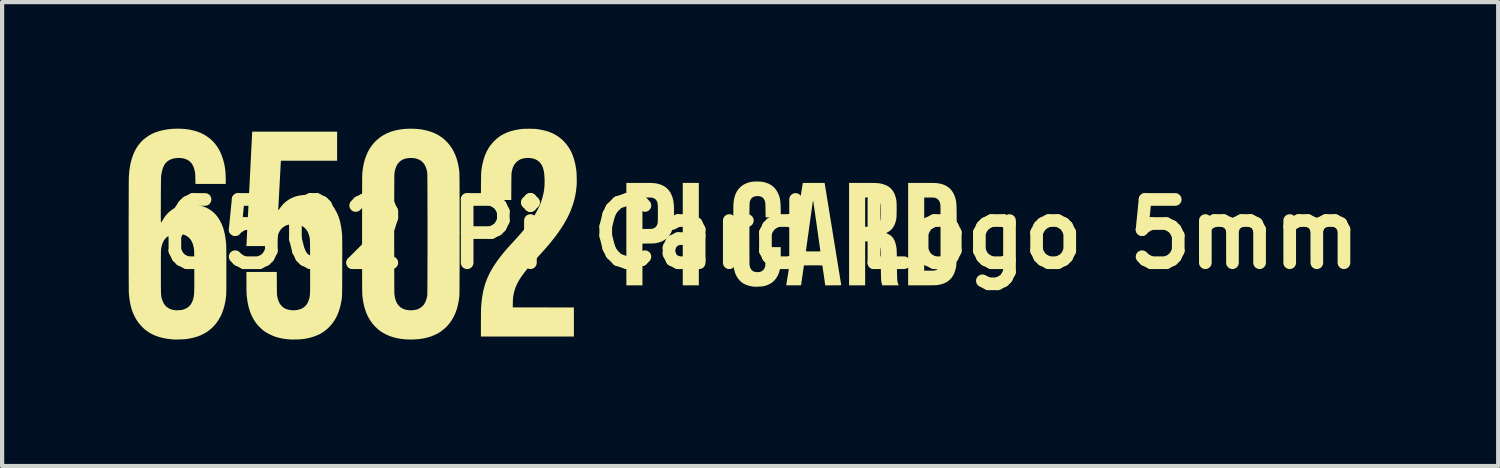
<source format=kicad_pcb>
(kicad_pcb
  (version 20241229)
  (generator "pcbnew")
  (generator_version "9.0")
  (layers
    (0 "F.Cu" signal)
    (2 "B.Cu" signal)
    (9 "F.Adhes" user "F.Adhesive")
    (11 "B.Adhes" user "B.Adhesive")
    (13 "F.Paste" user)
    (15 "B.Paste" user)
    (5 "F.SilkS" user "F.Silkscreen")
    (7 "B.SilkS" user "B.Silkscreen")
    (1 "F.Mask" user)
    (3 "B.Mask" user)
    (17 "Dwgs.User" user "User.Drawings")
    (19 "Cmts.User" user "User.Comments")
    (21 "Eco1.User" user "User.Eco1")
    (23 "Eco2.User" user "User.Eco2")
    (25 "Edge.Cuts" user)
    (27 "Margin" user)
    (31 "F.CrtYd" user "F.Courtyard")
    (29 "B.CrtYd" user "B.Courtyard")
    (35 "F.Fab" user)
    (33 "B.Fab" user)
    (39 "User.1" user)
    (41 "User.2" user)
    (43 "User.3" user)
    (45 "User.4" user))
  (footprint "6502 Pi Card Logo 5mm"
    (layer "F.Cu")
    (at 14.989 2.5)
    (property "Reference" "6502 Pi Card Logo 5mm" (at 0 0 0) (layer "F.SilkS") (effects (font (size 1.5 1.5) (thickness 0.3))))
    (attr board_only exclude_from_pos_files exclude_from_bom)
    (fp_poly (pts (xy -1.472 0) (xy -1.472 1.214) (xy -1.663 1.214) (xy -1.853 1.214) (xy -1.853 0) (xy -1.853 -1.214) (xy -1.663 -1.214) (xy -1.472 -1.214)) (stroke (width 0) (type solid)) (fill yes) (layer "F.SilkS"))
    (fp_poly (pts (xy -2.82 -1.214) (xy -2.766 -1.214) (xy -2.719 -1.214) (xy -2.678 -1.214) (xy -2.644 -1.213) (xy -2.614 -1.213) (xy -2.59 -1.212) (xy -2.569 -1.211) (xy -2.552 -1.21) (xy -2.538 -1.209) (xy -2.525 -1.208) (xy -2.523 -1.208) (xy -2.453 -1.196) (xy -2.388 -1.178) (xy -2.33 -1.154) (xy -2.278 -1.124) (xy -2.232 -1.089) (xy -2.191 -1.047) (xy -2.176 -1.029) (xy -2.144 -0.98) (xy -2.118 -0.927) (xy -2.096 -0.87) (xy -2.08 -0.807) (xy -2.069 -0.738) (xy -2.065 -0.69) (xy -2.063 -0.665) (xy -2.062 -0.634) (xy -2.061 -0.597) (xy -2.061 -0.556) (xy -2.06 -0.513) (xy -2.06 -0.47) (xy -2.061 -0.427) (xy -2.061 -0.387) (xy -2.062 -0.35) (xy -2.063 -0.319) (xy -2.065 -0.298) (xy -2.073 -0.221) (xy -2.088 -0.151) (xy -2.108 -0.086) (xy -2.133 -0.028) (xy -2.165 0.024) (xy -2.202 0.07) (xy -2.245 0.11) (xy -2.294 0.144) (xy -2.349 0.173) (xy -2.41 0.195) (xy -2.478 0.212) (xy -2.488 0.214) (xy -2.501 0.216) (xy -2.517 0.218) (xy -2.536 0.219) (xy -2.559 0.221) (xy -2.587 0.222) (xy -2.621 0.222) (xy -2.662 0.223) (xy -2.668 0.223) (xy -2.809 0.225) (xy -2.809 0.72) (xy -2.809 1.214) (xy -2.999 1.214) (xy -3.19 1.214) (xy -3.19 0) (xy -3.19 -0.867) (xy -2.809 -0.867) (xy -2.809 -0.495) (xy -2.809 -0.123) (xy -2.7 -0.123) (xy -2.661 -0.123) (xy -2.629 -0.124) (xy -2.604 -0.124) (xy -2.586 -0.126) (xy -2.573 -0.128) (xy -2.57 -0.128) (xy -2.536 -0.141) (xy -2.506 -0.159) (xy -2.483 -0.182) (xy -2.466 -0.209) (xy -2.466 -0.209) (xy -2.461 -0.221) (xy -2.457 -0.232) (xy -2.453 -0.243) (xy -2.45 -0.255) (xy -2.448 -0.269) (xy -2.447 -0.286) (xy -2.445 -0.306) (xy -2.444 -0.331) (xy -2.444 -0.36) (xy -2.443 -0.396) (xy -2.443 -0.438) (xy -2.443 -0.488) (xy -2.443 -0.489) (xy -2.443 -0.54) (xy -2.443 -0.583) (xy -2.444 -0.619) (xy -2.444 -0.65) (xy -2.445 -0.675) (xy -2.446 -0.696) (xy -2.448 -0.714) (xy -2.45 -0.728) (xy -2.453 -0.741) (xy -2.456 -0.753) (xy -2.46 -0.765) (xy -2.462 -0.772) (xy -2.478 -0.801) (xy -2.5 -0.825) (xy -2.528 -0.845) (xy -2.562 -0.859) (xy -2.57 -0.861) (xy -2.581 -0.864) (xy -2.597 -0.865) (xy -2.62 -0.866) (xy -2.65 -0.867) (xy -2.687 -0.867) (xy -2.7 -0.867) (xy -2.809 -0.867) (xy -3.19 -0.867) (xy -3.19 -1.214) (xy -2.882 -1.214)) (stroke (width 0) (type solid)) (fill yes) (layer "F.SilkS"))
    (fp_poly (pts (xy 3.872 -1.214) (xy 3.927 -1.214) (xy 3.975 -1.214) (xy 4.016 -1.214) (xy 4.052 -1.213) (xy 4.082 -1.213) (xy 4.107 -1.212) (xy 4.128 -1.211) (xy 4.146 -1.211) (xy 4.16 -1.21) (xy 4.173 -1.208) (xy 4.178 -1.208) (xy 4.249 -1.196) (xy 4.313 -1.178) (xy 4.372 -1.154) (xy 4.424 -1.123) (xy 4.471 -1.087) (xy 4.512 -1.045) (xy 4.547 -0.996) (xy 4.577 -0.941) (xy 4.601 -0.88) (xy 4.62 -0.812) (xy 4.626 -0.783) (xy 4.628 -0.771) (xy 4.629 -0.759) (xy 4.631 -0.746) (xy 4.632 -0.731) (xy 4.634 -0.714) (xy 4.635 -0.695) (xy 4.636 -0.673) (xy 4.637 -0.648) (xy 4.638 -0.619) (xy 4.638 -0.587) (xy 4.639 -0.549) (xy 4.639 -0.507) (xy 4.64 -0.46) (xy 4.64 -0.406) (xy 4.64 -0.347) (xy 4.641 -0.281) (xy 4.641 -0.208) (xy 4.641 -0.128) (xy 4.641 -0.039) (xy 4.641 0) (xy 4.641 0.092) (xy 4.641 0.175) (xy 4.641 0.252) (xy 4.64 0.32) (xy 4.64 0.383) (xy 4.64 0.438) (xy 4.64 0.488) (xy 4.639 0.532) (xy 4.639 0.572) (xy 4.638 0.606) (xy 4.637 0.637) (xy 4.636 0.663) (xy 4.635 0.686) (xy 4.634 0.707) (xy 4.633 0.724) (xy 4.632 0.74) (xy 4.63 0.754) (xy 4.628 0.766) (xy 4.626 0.778) (xy 4.626 0.783) (xy 4.609 0.853) (xy 4.587 0.917) (xy 4.56 0.974) (xy 4.527 1.026) (xy 4.488 1.071) (xy 4.444 1.109) (xy 4.394 1.142) (xy 4.338 1.169) (xy 4.276 1.189) (xy 4.208 1.204) (xy 4.178 1.208) (xy 4.167 1.209) (xy 4.153 1.21) (xy 4.137 1.211) (xy 4.118 1.212) (xy 4.095 1.213) (xy 4.067 1.213) (xy 4.034 1.213) (xy 3.996 1.214) (xy 3.952 1.214) (xy 3.9 1.214) (xy 3.841 1.214) (xy 3.809 1.214) (xy 3.49 1.214) (xy 3.49 0) (xy 3.49 -0.867) (xy 3.871 -0.867) (xy 3.871 0) (xy 3.871 0.867) (xy 3.986 0.867) (xy 4.023 0.867) (xy 4.053 0.867) (xy 4.076 0.866) (xy 4.095 0.865) (xy 4.109 0.864) (xy 4.121 0.862) (xy 4.126 0.861) (xy 4.161 0.848) (xy 4.191 0.828) (xy 4.215 0.802) (xy 4.235 0.77) (xy 4.248 0.731) (xy 4.251 0.721) (xy 4.252 0.716) (xy 4.252 0.711) (xy 4.253 0.704) (xy 4.254 0.696) (xy 4.255 0.686) (xy 4.255 0.674) (xy 4.256 0.659) (xy 4.256 0.641) (xy 4.257 0.62) (xy 4.257 0.594) (xy 4.257 0.565) (xy 4.257 0.53) (xy 4.258 0.491) (xy 4.258 0.446) (xy 4.258 0.395) (xy 4.258 0.338) (xy 4.258 0.275) (xy 4.258 0.204) (xy 4.258 0.126) (xy 4.258 0.039) (xy 4.258 0) (xy 4.258 -0.09) (xy 4.258 -0.171) (xy 4.258 -0.245) (xy 4.258 -0.312) (xy 4.258 -0.372) (xy 4.258 -0.425) (xy 4.258 -0.473) (xy 4.257 -0.514) (xy 4.257 -0.551) (xy 4.257 -0.582) (xy 4.257 -0.609) (xy 4.256 -0.632) (xy 4.256 -0.652) (xy 4.255 -0.668) (xy 4.255 -0.681) (xy 4.254 -0.692) (xy 4.254 -0.701) (xy 4.253 -0.708) (xy 4.252 -0.714) (xy 4.251 -0.719) (xy 4.251 -0.721) (xy 4.238 -0.761) (xy 4.22 -0.795) (xy 4.197 -0.823) (xy 4.169 -0.844) (xy 4.135 -0.858) (xy 4.126 -0.861) (xy 4.116 -0.863) (xy 4.104 -0.864) (xy 4.088 -0.866) (xy 4.067 -0.866) (xy 4.041 -0.867) (xy 4.008 -0.867) (xy 3.986 -0.867) (xy 3.871 -0.867) (xy 3.49 -0.867) (xy 3.49 -1.214) (xy 3.809 -1.214)) (stroke (width 0) (type solid)) (fill yes) (layer "F.SilkS"))
    (fp_poly (pts (xy 2.471 -1.214) (xy 2.532 -1.214) (xy 2.585 -1.214) (xy 2.632 -1.213) (xy 2.673 -1.212) (xy 2.709 -1.211) (xy 2.74 -1.21) (xy 2.768 -1.208) (xy 2.792 -1.206) (xy 2.814 -1.203) (xy 2.834 -1.199) (xy 2.853 -1.196) (xy 2.871 -1.191) (xy 2.889 -1.186) (xy 2.908 -1.18) (xy 2.913 -1.178) (xy 2.96 -1.161) (xy 3.001 -1.141) (xy 3.037 -1.118) (xy 3.071 -1.09) (xy 3.079 -1.082) (xy 3.112 -1.046) (xy 3.139 -1.007) (xy 3.163 -0.963) (xy 3.182 -0.914) (xy 3.198 -0.859) (xy 3.21 -0.806) (xy 3.212 -0.788) (xy 3.214 -0.764) (xy 3.215 -0.733) (xy 3.217 -0.698) (xy 3.217 -0.659) (xy 3.218 -0.618) (xy 3.218 -0.576) (xy 3.218 -0.534) (xy 3.217 -0.494) (xy 3.216 -0.456) (xy 3.215 -0.423) (xy 3.213 -0.395) (xy 3.211 -0.373) (xy 3.21 -0.364) (xy 3.197 -0.305) (xy 3.181 -0.253) (xy 3.16 -0.205) (xy 3.132 -0.157) (xy 3.1 -0.116) (xy 3.062 -0.082) (xy 3.019 -0.053) (xy 3.005 -0.045) (xy 2.99 -0.037) (xy 2.978 -0.03) (xy 2.972 -0.025) (xy 2.971 -0.024) (xy 2.975 -0.021) (xy 2.985 -0.016) (xy 2.999 -0.01) (xy 3.003 -0.008) (xy 3.045 0.012) (xy 3.081 0.037) (xy 3.113 0.068) (xy 3.141 0.104) (xy 3.164 0.147) (xy 3.184 0.196) (xy 3.199 0.252) (xy 3.211 0.315) (xy 3.214 0.331) (xy 3.215 0.342) (xy 3.216 0.355) (xy 3.217 0.371) (xy 3.218 0.39) (xy 3.219 0.414) (xy 3.22 0.442) (xy 3.221 0.475) (xy 3.221 0.514) (xy 3.222 0.559) (xy 3.222 0.611) (xy 3.223 0.671) (xy 3.224 0.723) (xy 3.224 0.796) (xy 3.225 0.861) (xy 3.226 0.919) (xy 3.227 0.969) (xy 3.228 1.011) (xy 3.229 1.045) (xy 3.23 1.071) (xy 3.231 1.089) (xy 3.232 1.098) (xy 3.238 1.132) (xy 3.247 1.165) (xy 3.257 1.193) (xy 3.258 1.196) (xy 3.266 1.214) (xy 3.072 1.214) (xy 2.878 1.214) (xy 2.869 1.186) (xy 2.865 1.173) (xy 2.862 1.16) (xy 2.859 1.149) (xy 2.856 1.137) (xy 2.854 1.124) (xy 2.852 1.109) (xy 2.85 1.093) (xy 2.849 1.073) (xy 2.848 1.051) (xy 2.847 1.024) (xy 2.846 0.993) (xy 2.845 0.957) (xy 2.845 0.914) (xy 2.844 0.866) (xy 2.844 0.81) (xy 2.843 0.746) (xy 2.843 0.728) (xy 2.842 0.664) (xy 2.842 0.607) (xy 2.841 0.559) (xy 2.841 0.517) (xy 2.84 0.481) (xy 2.84 0.45) (xy 2.839 0.425) (xy 2.838 0.404) (xy 2.838 0.387) (xy 2.837 0.374) (xy 2.836 0.363) (xy 2.835 0.354) (xy 2.834 0.347) (xy 2.833 0.344) (xy 2.824 0.31) (xy 2.814 0.282) (xy 2.802 0.259) (xy 2.788 0.24) (xy 2.773 0.225) (xy 2.756 0.21) (xy 2.737 0.199) (xy 2.715 0.19) (xy 2.69 0.183) (xy 2.66 0.178) (xy 2.625 0.175) (xy 2.583 0.174) (xy 2.556 0.174) (xy 2.471 0.173) (xy 2.471 0.694) (xy 2.471 1.214) (xy 2.28 1.214) (xy 2.09 1.214) (xy 2.09 0) (xy 2.09 -0.868) (xy 2.471 -0.868) (xy 2.471 -0.521) (xy 2.471 -0.173) (xy 2.554 -0.174) (xy 2.582 -0.174) (xy 2.609 -0.174) (xy 2.634 -0.175) (xy 2.653 -0.176) (xy 2.666 -0.178) (xy 2.707 -0.187) (xy 2.743 -0.203) (xy 2.773 -0.226) (xy 2.798 -0.254) (xy 2.816 -0.289) (xy 2.829 -0.33) (xy 2.832 -0.344) (xy 2.834 -0.362) (xy 2.836 -0.386) (xy 2.837 -0.416) (xy 2.838 -0.45) (xy 2.839 -0.487) (xy 2.839 -0.526) (xy 2.839 -0.565) (xy 2.838 -0.602) (xy 2.837 -0.636) (xy 2.836 -0.666) (xy 2.834 -0.691) (xy 2.832 -0.709) (xy 2.822 -0.75) (xy 2.806 -0.786) (xy 2.785 -0.816) (xy 2.759 -0.839) (xy 2.73 -0.855) (xy 2.722 -0.858) (xy 2.714 -0.86) (xy 2.706 -0.862) (xy 2.695 -0.863) (xy 2.681 -0.864) (xy 2.662 -0.865) (xy 2.638 -0.866) (xy 2.607 -0.866) (xy 2.588 -0.866) (xy 2.471 -0.868) (xy 2.09 -0.868) (xy 2.09 -1.214) (xy 2.403 -1.214)) (stroke (width 0) (type solid)) (fill yes) (layer "F.SilkS"))
    (fp_poly (pts (xy -0.066 -1.246) (xy -0.03 -1.245) (xy 0.003 -1.243) (xy 0.031 -1.24) (xy 0.044 -1.238) (xy 0.111 -1.222) (xy 0.172 -1.2) (xy 0.227 -1.172) (xy 0.275 -1.138) (xy 0.319 -1.099) (xy 0.356 -1.053) (xy 0.389 -1.001) (xy 0.395 -0.99) (xy 0.41 -0.959) (xy 0.424 -0.927) (xy 0.435 -0.895) (xy 0.445 -0.862) (xy 0.452 -0.826) (xy 0.458 -0.787) (xy 0.463 -0.743) (xy 0.466 -0.695) (xy 0.468 -0.64) (xy 0.469 -0.579) (xy 0.47 -0.53) (xy 0.47 -0.398) (xy 0.29 -0.398) (xy 0.111 -0.398) (xy 0.109 -0.566) (xy 0.108 -0.612) (xy 0.107 -0.651) (xy 0.106 -0.684) (xy 0.105 -0.71) (xy 0.104 -0.732) (xy 0.102 -0.75) (xy 0.099 -0.765) (xy 0.096 -0.778) (xy 0.091 -0.79) (xy 0.086 -0.802) (xy 0.081 -0.814) (xy 0.062 -0.844) (xy 0.037 -0.868) (xy 0.006 -0.886) (xy -0.029 -0.897) (xy -0.07 -0.902) (xy -0.112 -0.9) (xy -0.151 -0.893) (xy -0.184 -0.88) (xy -0.212 -0.86) (xy -0.235 -0.833) (xy -0.247 -0.811) (xy -0.25 -0.804) (xy -0.253 -0.798) (xy -0.256 -0.793) (xy -0.258 -0.787) (xy -0.26 -0.781) (xy -0.262 -0.773) (xy -0.264 -0.765) (xy -0.266 -0.755) (xy -0.267 -0.742) (xy -0.268 -0.728) (xy -0.269 -0.71) (xy -0.27 -0.689) (xy -0.271 -0.665) (xy -0.271 -0.637) (xy -0.272 -0.604) (xy -0.272 -0.566) (xy -0.272 -0.524) (xy -0.273 -0.475) (xy -0.273 -0.421) (xy -0.273 -0.361) (xy -0.273 -0.293) (xy -0.273 -0.219) (xy -0.273 -0.137) (xy -0.273 -0.048) (xy -0.273 0.002) (xy -0.273 0.095) (xy -0.273 0.179) (xy -0.273 0.256) (xy -0.273 0.326) (xy -0.273 0.388) (xy -0.273 0.444) (xy -0.272 0.494) (xy -0.272 0.538) (xy -0.272 0.577) (xy -0.272 0.611) (xy -0.272 0.64) (xy -0.271 0.665) (xy -0.271 0.686) (xy -0.271 0.704) (xy -0.27 0.718) (xy -0.269 0.73) (xy -0.269 0.739) (xy -0.268 0.747) (xy -0.267 0.753) (xy -0.267 0.758) (xy -0.266 0.762) (xy -0.265 0.763) (xy -0.252 0.803) (xy -0.233 0.836) (xy -0.21 0.862) (xy -0.181 0.882) (xy -0.147 0.894) (xy -0.112 0.9) (xy -0.066 0.902) (xy -0.026 0.896) (xy 0.01 0.884) (xy 0.04 0.866) (xy 0.065 0.84) (xy 0.084 0.808) (xy 0.099 0.77) (xy 0.1 0.765) (xy 0.102 0.758) (xy 0.103 0.749) (xy 0.104 0.738) (xy 0.105 0.723) (xy 0.106 0.705) (xy 0.107 0.682) (xy 0.107 0.654) (xy 0.108 0.62) (xy 0.108 0.579) (xy 0.109 0.53) (xy 0.109 0.524) (xy 0.111 0.309) (xy 0.29 0.309) (xy 0.47 0.309) (xy 0.47 0.485) (xy 0.469 0.526) (xy 0.469 0.566) (xy 0.469 0.605) (xy 0.468 0.641) (xy 0.467 0.673) (xy 0.466 0.699) (xy 0.466 0.718) (xy 0.465 0.721) (xy 0.458 0.788) (xy 0.447 0.849) (xy 0.431 0.906) (xy 0.41 0.96) (xy 0.395 0.99) (xy 0.363 1.044) (xy 0.326 1.091) (xy 0.283 1.132) (xy 0.235 1.167) (xy 0.181 1.196) (xy 0.121 1.219) (xy 0.055 1.236) (xy 0.047 1.238) (xy 0.032 1.24) (xy 0.011 1.242) (xy -0.015 1.243) (xy -0.045 1.245) (xy -0.075 1.246) (xy -0.105 1.247) (xy -0.132 1.247) (xy -0.156 1.247) (xy -0.173 1.246) (xy -0.18 1.245) (xy -0.25 1.233) (xy -0.313 1.216) (xy -0.37 1.194) (xy -0.421 1.167) (xy -0.467 1.135) (xy -0.507 1.097) (xy -0.543 1.052) (xy -0.575 1.002) (xy -0.587 0.979) (xy -0.612 0.922) (xy -0.63 0.859) (xy -0.644 0.791) (xy -0.651 0.719) (xy -0.652 0.707) (xy -0.652 0.686) (xy -0.653 0.658) (xy -0.653 0.624) (xy -0.654 0.583) (xy -0.654 0.537) (xy -0.655 0.486) (xy -0.655 0.43) (xy -0.655 0.371) (xy -0.655 0.308) (xy -0.655 0.243) (xy -0.656 0.176) (xy -0.656 0.107) (xy -0.656 0.037) (xy -0.656 -0.033) (xy -0.656 -0.102) (xy -0.656 -0.171) (xy -0.655 -0.239) (xy -0.655 -0.304) (xy -0.655 -0.367) (xy -0.655 -0.426) (xy -0.655 -0.482) (xy -0.654 -0.534) (xy -0.654 -0.58) (xy -0.653 -0.621) (xy -0.653 -0.656) (xy -0.653 -0.684) (xy -0.652 -0.705) (xy -0.651 -0.719) (xy -0.651 -0.719) (xy -0.643 -0.796) (xy -0.628 -0.867) (xy -0.608 -0.933) (xy -0.581 -0.992) (xy -0.549 -1.046) (xy -0.51 -1.093) (xy -0.466 -1.134) (xy -0.416 -1.169) (xy -0.361 -1.198) (xy -0.3 -1.221) (xy -0.233 -1.238) (xy -0.231 -1.238) (xy -0.206 -1.241) (xy -0.176 -1.244) (xy -0.141 -1.246) (xy -0.104 -1.246)) (stroke (width 0) (type solid)) (fill yes) (layer "F.SilkS"))
    (fp_poly (pts (xy -5.46 -2.497) (xy -5.422 -2.497) (xy -5.388 -2.496) (xy -5.359 -2.494) (xy -5.339 -2.493) (xy -5.238 -2.479) (xy -5.144 -2.459) (xy -5.055 -2.435) (xy -4.972 -2.404) (xy -4.895 -2.368) (xy -4.824 -2.325) (xy -4.757 -2.277) (xy -4.695 -2.223) (xy -4.675 -2.203) (xy -4.619 -2.14) (xy -4.569 -2.073) (xy -4.524 -2.001) (xy -4.485 -1.924) (xy -4.452 -1.841) (xy -4.424 -1.753) (xy -4.401 -1.658) (xy -4.383 -1.557) (xy -4.376 -1.51) (xy -4.374 -1.483) (xy -4.371 -1.45) (xy -4.369 -1.411) (xy -4.368 -1.368) (xy -4.367 -1.324) (xy -4.366 -1.28) (xy -4.366 -1.237) (xy -4.367 -1.198) (xy -4.368 -1.164) (xy -4.37 -1.136) (xy -4.383 -1.019) (xy -4.403 -0.904) (xy -4.43 -0.791) (xy -4.464 -0.679) (xy -4.506 -0.567) (xy -4.554 -0.456) (xy -4.611 -0.345) (xy -4.675 -0.233) (xy -4.747 -0.121) (xy -4.817 -0.02) (xy -4.859 0.037) (xy -4.902 0.093) (xy -4.946 0.149) (xy -4.991 0.205) (xy -5.039 0.263) (xy -5.091 0.322) (xy -5.146 0.385) (xy -5.206 0.452) (xy -5.271 0.523) (xy -5.288 0.542) (xy -5.33 0.587) (xy -5.367 0.627) (xy -5.399 0.662) (xy -5.427 0.694) (xy -5.453 0.722) (xy -5.476 0.749) (xy -5.497 0.774) (xy -5.518 0.798) (xy -5.538 0.823) (xy -5.559 0.849) (xy -5.577 0.871) (xy -5.631 0.942) (xy -5.679 1.009) (xy -5.721 1.073) (xy -5.757 1.135) (xy -5.788 1.196) (xy -5.814 1.257) (xy -5.835 1.318) (xy -5.853 1.38) (xy -5.857 1.397) (xy -5.866 1.439) (xy -5.873 1.482) (xy -5.878 1.526) (xy -5.88 1.574) (xy -5.882 1.628) (xy -5.882 1.641) (xy -5.883 1.737) (xy -5.158 1.738) (xy -4.434 1.739) (xy -4.434 2.084) (xy -4.434 2.428) (xy -5.536 2.428) (xy -6.638 2.428) (xy -6.638 2.106) (xy -6.638 2.037) (xy -6.637 1.977) (xy -6.637 1.924) (xy -6.637 1.877) (xy -6.636 1.836) (xy -6.636 1.801) (xy -6.635 1.77) (xy -6.634 1.743) (xy -6.633 1.72) (xy -6.631 1.7) (xy -6.631 1.699) (xy -6.62 1.58) (xy -6.605 1.467) (xy -6.585 1.36) (xy -6.56 1.257) (xy -6.529 1.158) (xy -6.493 1.061) (xy -6.451 0.966) (xy -6.402 0.872) (xy -6.346 0.777) (xy -6.284 0.682) (xy -6.214 0.584) (xy -6.2 0.567) (xy -6.174 0.532) (xy -6.148 0.499) (xy -6.122 0.467) (xy -6.095 0.434) (xy -6.067 0.401) (xy -6.036 0.365) (xy -6.003 0.327) (xy -5.966 0.286) (xy -5.924 0.24) (xy -5.878 0.19) (xy -5.826 0.133) (xy -5.779 0.082) (xy -5.737 0.034) (xy -5.698 -0.01) (xy -5.662 -0.052) (xy -5.628 -0.092) (xy -5.596 -0.132) (xy -5.565 -0.171) (xy -5.533 -0.212) (xy -5.511 -0.24) (xy -5.445 -0.331) (xy -5.386 -0.418) (xy -5.334 -0.503) (xy -5.289 -0.587) (xy -5.249 -0.669) (xy -5.216 -0.75) (xy -5.189 -0.832) (xy -5.181 -0.861) (xy -5.161 -0.937) (xy -5.146 -1.011) (xy -5.136 -1.084) (xy -5.13 -1.159) (xy -5.128 -1.237) (xy -5.129 -1.292) (xy -5.132 -1.366) (xy -5.138 -1.433) (xy -5.147 -1.493) (xy -5.16 -1.547) (xy -5.176 -1.594) (xy -5.196 -1.636) (xy -5.219 -1.672) (xy -5.247 -1.704) (xy -5.279 -1.732) (xy -5.3 -1.748) (xy -5.345 -1.772) (xy -5.395 -1.79) (xy -5.45 -1.801) (xy -5.509 -1.806) (xy -5.548 -1.805) (xy -5.594 -1.801) (xy -5.634 -1.794) (xy -5.671 -1.784) (xy -5.707 -1.77) (xy -5.719 -1.763) (xy -5.763 -1.737) (xy -5.801 -1.704) (xy -5.834 -1.665) (xy -5.862 -1.619) (xy -5.884 -1.567) (xy -5.895 -1.528) (xy -5.899 -1.514) (xy -5.902 -1.501) (xy -5.905 -1.488) (xy -5.908 -1.475) (xy -5.91 -1.461) (xy -5.911 -1.445) (xy -5.913 -1.427) (xy -5.914 -1.406) (xy -5.915 -1.381) (xy -5.915 -1.352) (xy -5.916 -1.318) (xy -5.916 -1.278) (xy -5.917 -1.232) (xy -5.917 -1.179) (xy -5.917 -1.118) (xy -5.919 -0.808) (xy -6.279 -0.808) (xy -6.638 -0.808) (xy -6.637 -1.126) (xy -6.636 -1.188) (xy -6.636 -1.242) (xy -6.635 -1.289) (xy -6.635 -1.33) (xy -6.634 -1.365) (xy -6.634 -1.394) (xy -6.633 -1.42) (xy -6.632 -1.441) (xy -6.632 -1.459) (xy -6.63 -1.475) (xy -6.629 -1.489) (xy -6.628 -1.501) (xy -6.628 -1.504) (xy -6.612 -1.607) (xy -6.592 -1.704) (xy -6.567 -1.794) (xy -6.537 -1.879) (xy -6.502 -1.957) (xy -6.462 -2.031) (xy -6.416 -2.099) (xy -6.364 -2.163) (xy -6.307 -2.224) (xy -6.305 -2.225) (xy -6.243 -2.28) (xy -6.176 -2.328) (xy -6.103 -2.37) (xy -6.025 -2.406) (xy -5.941 -2.437) (xy -5.851 -2.461) (xy -5.755 -2.48) (xy -5.665 -2.493) (xy -5.642 -2.494) (xy -5.612 -2.496) (xy -5.577 -2.497) (xy -5.539 -2.497) (xy -5.499 -2.498)) (stroke (width 0) (type solid)) (fill yes) (layer "F.SilkS"))
    (fp_poly (pts (xy 1.298 -1.214) (xy 1.341 -1.214) (xy 1.381 -1.214) (xy 1.417 -1.214) (xy 1.448 -1.214) (xy 1.474 -1.213) (xy 1.493 -1.213) (xy 1.506 -1.213) (xy 1.51 -1.213) (xy 1.51 -1.213) (xy 1.511 -1.208) (xy 1.513 -1.196) (xy 1.516 -1.176) (xy 1.521 -1.149) (xy 1.526 -1.114) (xy 1.533 -1.073) (xy 1.541 -1.026) (xy 1.549 -0.972) (xy 1.559 -0.913) (xy 1.569 -0.849) (xy 1.581 -0.779) (xy 1.593 -0.705) (xy 1.606 -0.626) (xy 1.619 -0.543) (xy 1.633 -0.456) (xy 1.648 -0.366) (xy 1.663 -0.273) (xy 1.679 -0.177) (xy 1.695 -0.079) (xy 1.707 -0.002) (xy 1.723 0.098) (xy 1.739 0.196) (xy 1.755 0.291) (xy 1.77 0.383) (xy 1.784 0.473) (xy 1.798 0.559) (xy 1.812 0.641) (xy 1.824 0.718) (xy 1.836 0.792) (xy 1.847 0.861) (xy 1.858 0.924) (xy 1.867 0.982) (xy 1.875 1.034) (xy 1.883 1.08) (xy 1.889 1.12) (xy 1.895 1.153) (xy 1.899 1.179) (xy 1.902 1.197) (xy 1.903 1.208) (xy 1.904 1.21) (xy 1.9 1.211) (xy 1.888 1.212) (xy 1.869 1.213) (xy 1.844 1.213) (xy 1.814 1.214) (xy 1.779 1.214) (xy 1.74 1.214) (xy 1.714 1.214) (xy 1.525 1.214) (xy 1.492 0.985) (xy 1.486 0.941) (xy 1.48 0.901) (xy 1.474 0.863) (xy 1.469 0.829) (xy 1.465 0.8) (xy 1.462 0.777) (xy 1.459 0.76) (xy 1.457 0.75) (xy 1.457 0.748) (xy 1.456 0.746) (xy 1.454 0.745) (xy 1.45 0.744) (xy 1.443 0.743) (xy 1.433 0.742) (xy 1.419 0.741) (xy 1.401 0.741) (xy 1.377 0.741) (xy 1.347 0.74) (xy 1.311 0.74) (xy 1.267 0.74) (xy 1.237 0.74) (xy 1.195 0.74) (xy 1.156 0.74) (xy 1.12 0.741) (xy 1.088 0.741) (xy 1.062 0.741) (xy 1.041 0.742) (xy 1.027 0.742) (xy 1.02 0.742) (xy 1.02 0.742) (xy 1.019 0.747) (xy 1.017 0.759) (xy 1.015 0.778) (xy 1.011 0.803) (xy 1.007 0.833) (xy 1.001 0.868) (xy 0.996 0.907) (xy 0.99 0.948) (xy 0.986 0.976) (xy 0.979 1.02) (xy 0.973 1.061) (xy 0.968 1.098) (xy 0.963 1.131) (xy 0.959 1.16) (xy 0.956 1.183) (xy 0.953 1.2) (xy 0.952 1.209) (xy 0.952 1.211) (xy 0.948 1.212) (xy 0.936 1.212) (xy 0.918 1.213) (xy 0.894 1.213) (xy 0.864 1.214) (xy 0.831 1.214) (xy 0.795 1.214) (xy 0.776 1.214) (xy 0.733 1.214) (xy 0.697 1.214) (xy 0.669 1.214) (xy 0.647 1.214) (xy 0.63 1.213) (xy 0.617 1.212) (xy 0.609 1.212) (xy 0.604 1.211) (xy 0.602 1.209) (xy 0.601 1.208) (xy 0.601 1.207) (xy 0.601 1.202) (xy 0.603 1.19) (xy 0.607 1.17) (xy 0.611 1.142) (xy 0.616 1.108) (xy 0.623 1.068) (xy 0.63 1.022) (xy 0.639 0.97) (xy 0.648 0.913) (xy 0.658 0.851) (xy 0.668 0.785) (xy 0.68 0.716) (xy 0.692 0.642) (xy 0.704 0.566) (xy 0.717 0.486) (xy 0.73 0.408) (xy 1.066 0.408) (xy 1.07 0.408) (xy 1.082 0.409) (xy 1.1 0.409) (xy 1.124 0.41) (xy 1.153 0.41) (xy 1.186 0.41) (xy 1.223 0.41) (xy 1.237 0.41) (xy 1.28 0.41) (xy 1.315 0.41) (xy 1.343 0.41) (xy 1.365 0.41) (xy 1.381 0.409) (xy 1.393 0.409) (xy 1.401 0.408) (xy 1.406 0.407) (xy 1.408 0.405) (xy 1.409 0.404) (xy 1.409 0.403) (xy 1.408 0.397) (xy 1.406 0.384) (xy 1.403 0.363) (xy 1.4 0.336) (xy 1.395 0.302) (xy 1.39 0.264) (xy 1.384 0.221) (xy 1.377 0.173) (xy 1.37 0.122) (xy 1.362 0.067) (xy 1.354 0.01) (xy 1.346 -0.049) (xy 1.337 -0.109) (xy 1.328 -0.17) (xy 1.32 -0.231) (xy 1.311 -0.292) (xy 1.302 -0.352) (xy 1.294 -0.411) (xy 1.286 -0.467) (xy 1.278 -0.521) (xy 1.271 -0.571) (xy 1.264 -0.618) (xy 1.258 -0.66) (xy 1.252 -0.697) (xy 1.247 -0.729) (xy 1.244 -0.755) (xy 1.241 -0.774) (xy 1.239 -0.786) (xy 1.238 -0.79) (xy 1.234 -0.791) (xy 1.233 -0.791) (xy 1.233 -0.786) (xy 1.231 -0.774) (xy 1.228 -0.755) (xy 1.224 -0.729) (xy 1.22 -0.697) (xy 1.214 -0.659) (xy 1.208 -0.617) (xy 1.202 -0.57) (xy 1.195 -0.519) (xy 1.187 -0.466) (xy 1.179 -0.409) (xy 1.171 -0.35) (xy 1.163 -0.29) (xy 1.154 -0.229) (xy 1.145 -0.168) (xy 1.137 -0.107) (xy 1.129 -0.046) (xy 1.12 0.013) (xy 1.112 0.07) (xy 1.105 0.124) (xy 1.098 0.176) (xy 1.091 0.223) (xy 1.085 0.267) (xy 1.08 0.306) (xy 1.075 0.339) (xy 1.071 0.367) (xy 1.069 0.387) (xy 1.067 0.401) (xy 1.066 0.407) (xy 1.066 0.408) (xy 0.73 0.408) (xy 0.73 0.405) (xy 0.744 0.321) (xy 0.757 0.237) (xy 0.771 0.151) (xy 0.785 0.064) (xy 0.8 -0.023) (xy 0.814 -0.11) (xy 0.828 -0.196) (xy 0.842 -0.282) (xy 0.855 -0.366) (xy 0.869 -0.448) (xy 0.882 -0.529) (xy 0.894 -0.607) (xy 0.907 -0.681) (xy 0.918 -0.753) (xy 0.929 -0.821) (xy 0.94 -0.884) (xy 0.949 -0.943) (xy 0.958 -0.997) (xy 0.966 -1.046) (xy 0.973 -1.089) (xy 0.979 -1.126) (xy 0.984 -1.156) (xy 0.988 -1.18) (xy 0.991 -1.196) (xy 0.992 -1.204) (xy 0.992 -1.205) (xy 0.994 -1.214) (xy 1.252 -1.214)) (stroke (width 0) (type solid)) (fill yes) (layer "F.SilkS"))
    (fp_poly (pts (xy -8.234 -2.498) (xy -8.139 -2.492) (xy -8.061 -2.483) (xy -7.962 -2.465) (xy -7.868 -2.441) (xy -7.78 -2.41) (xy -7.697 -2.373) (xy -7.62 -2.33) (xy -7.548 -2.28) (xy -7.482 -2.223) (xy -7.421 -2.16) (xy -7.365 -2.091) (xy -7.315 -2.015) (xy -7.288 -1.967) (xy -7.25 -1.888) (xy -7.218 -1.804) (xy -7.191 -1.713) (xy -7.17 -1.616) (xy -7.154 -1.513) (xy -7.149 -1.472) (xy -7.148 -1.463) (xy -7.148 -1.445) (xy -7.147 -1.42) (xy -7.147 -1.387) (xy -7.146 -1.348) (xy -7.146 -1.302) (xy -7.145 -1.25) (xy -7.145 -1.192) (xy -7.145 -1.128) (xy -7.144 -1.06) (xy -7.144 -0.987) (xy -7.144 -0.91) (xy -7.144 -0.829) (xy -7.143 -0.745) (xy -7.143 -0.657) (xy -7.143 -0.567) (xy -7.143 -0.475) (xy -7.143 -0.381) (xy -7.143 -0.285) (xy -7.143 -0.188) (xy -7.143 -0.09) (xy -7.143 0.008) (xy -7.143 0.106) (xy -7.143 0.203) (xy -7.143 0.3) (xy -7.143 0.396) (xy -7.143 0.49) (xy -7.143 0.582) (xy -7.143 0.671) (xy -7.143 0.758) (xy -7.144 0.842) (xy -7.144 0.923) (xy -7.144 0.999) (xy -7.145 1.071) (xy -7.145 1.139) (xy -7.145 1.201) (xy -7.146 1.258) (xy -7.146 1.309) (xy -7.146 1.354) (xy -7.147 1.393) (xy -7.147 1.424) (xy -7.148 1.448) (xy -7.148 1.465) (xy -7.149 1.472) (xy -7.163 1.58) (xy -7.184 1.681) (xy -7.209 1.777) (xy -7.241 1.866) (xy -7.279 1.95) (xy -7.322 2.028) (xy -7.372 2.1) (xy -7.427 2.167) (xy -7.454 2.196) (xy -7.516 2.253) (xy -7.581 2.304) (xy -7.65 2.348) (xy -7.725 2.387) (xy -7.805 2.42) (xy -7.853 2.436) (xy -7.936 2.459) (xy -8.025 2.477) (xy -8.118 2.49) (xy -8.214 2.497) (xy -8.313 2.5) (xy -8.412 2.496) (xy -8.42 2.496) (xy -8.524 2.485) (xy -8.624 2.468) (xy -8.718 2.444) (xy -8.807 2.414) (xy -8.891 2.377) (xy -8.97 2.334) (xy -9.003 2.313) (xy -9.039 2.287) (xy -9.072 2.261) (xy -9.104 2.233) (xy -9.138 2.2) (xy -9.14 2.198) (xy -9.2 2.132) (xy -9.253 2.06) (xy -9.301 1.982) (xy -9.342 1.899) (xy -9.376 1.81) (xy -9.405 1.715) (xy -9.427 1.614) (xy -9.443 1.508) (xy -9.449 1.455) (xy -9.449 1.447) (xy -9.45 1.438) (xy -9.45 1.428) (xy -9.451 1.415) (xy -9.451 1.401) (xy -9.452 1.384) (xy -9.452 1.364) (xy -9.453 1.342) (xy -9.453 1.316) (xy -9.453 1.286) (xy -9.453 1.253) (xy -9.454 1.216) (xy -9.454 1.175) (xy -9.454 1.129) (xy -9.454 1.078) (xy -9.454 1.022) (xy -9.455 0.96) (xy -9.455 0.893) (xy -9.455 0.819) (xy -9.455 0.74) (xy -9.455 0.654) (xy -9.455 0.561) (xy -9.455 0.461) (xy -9.455 0.353) (xy -9.455 0.238) (xy -9.455 0.115) (xy -9.455 0.016) (xy -8.694 0.016) (xy -8.694 0.112) (xy -8.694 0.207) (xy -8.694 0.302) (xy -8.693 0.395) (xy -8.693 0.487) (xy -8.693 0.577) (xy -8.693 0.664) (xy -8.693 0.749) (xy -8.693 0.83) (xy -8.693 0.908) (xy -8.693 0.982) (xy -8.692 1.052) (xy -8.692 1.117) (xy -8.692 1.177) (xy -8.692 1.231) (xy -8.691 1.28) (xy -8.691 1.322) (xy -8.691 1.357) (xy -8.69 1.386) (xy -8.69 1.407) (xy -8.69 1.42) (xy -8.689 1.425) (xy -8.679 1.492) (xy -8.664 1.553) (xy -8.643 1.607) (xy -8.617 1.655) (xy -8.586 1.696) (xy -8.549 1.731) (xy -8.507 1.759) (xy -8.46 1.78) (xy -8.407 1.795) (xy -8.349 1.804) (xy -8.302 1.806) (xy -8.278 1.805) (xy -8.251 1.804) (xy -8.226 1.801) (xy -8.22 1.8) (xy -8.185 1.794) (xy -8.156 1.787) (xy -8.129 1.777) (xy -8.104 1.766) (xy -8.061 1.74) (xy -8.024 1.709) (xy -7.991 1.672) (xy -7.964 1.628) (xy -7.942 1.578) (xy -7.924 1.522) (xy -7.911 1.458) (xy -7.91 1.455) (xy -7.91 1.447) (xy -7.909 1.432) (xy -7.909 1.408) (xy -7.908 1.377) (xy -7.908 1.339) (xy -7.907 1.295) (xy -7.907 1.245) (xy -7.907 1.188) (xy -7.906 1.127) (xy -7.906 1.06) (xy -7.906 0.989) (xy -7.905 0.913) (xy -7.905 0.834) (xy -7.905 0.751) (xy -7.905 0.665) (xy -7.905 0.576) (xy -7.904 0.485) (xy -7.904 0.392) (xy -7.904 0.297) (xy -7.904 0.202) (xy -7.904 0.105) (xy -7.904 0.008) (xy -7.904 -0.089) (xy -7.904 -0.186) (xy -7.904 -0.281) (xy -7.904 -0.376) (xy -7.904 -0.47) (xy -7.905 -0.561) (xy -7.905 -0.65) (xy -7.905 -0.737) (xy -7.905 -0.82) (xy -7.905 -0.9) (xy -7.906 -0.976) (xy -7.906 -1.048) (xy -7.906 -1.116) (xy -7.907 -1.178) (xy -7.907 -1.236) (xy -7.907 -1.287) (xy -7.908 -1.332) (xy -7.908 -1.371) (xy -7.909 -1.403) (xy -7.909 -1.428) (xy -7.91 -1.445) (xy -7.91 -1.454) (xy -7.91 -1.455) (xy -7.923 -1.52) (xy -7.941 -1.578) (xy -7.964 -1.629) (xy -7.992 -1.673) (xy -8.025 -1.71) (xy -8.063 -1.742) (xy -8.106 -1.767) (xy -8.156 -1.786) (xy -8.21 -1.799) (xy -8.235 -1.802) (xy -8.273 -1.805) (xy -8.315 -1.805) (xy -8.357 -1.803) (xy -8.395 -1.797) (xy -8.404 -1.796) (xy -8.457 -1.781) (xy -8.505 -1.76) (xy -8.547 -1.732) (xy -8.584 -1.698) (xy -8.616 -1.657) (xy -8.642 -1.61) (xy -8.663 -1.556) (xy -8.679 -1.496) (xy -8.689 -1.429) (xy -8.689 -1.425) (xy -8.69 -1.417) (xy -8.69 -1.401) (xy -8.691 -1.377) (xy -8.691 -1.346) (xy -8.691 -1.309) (xy -8.691 -1.264) (xy -8.692 -1.214) (xy -8.692 -1.158) (xy -8.692 -1.096) (xy -8.692 -1.03) (xy -8.693 -0.958) (xy -8.693 -0.883) (xy -8.693 -0.804) (xy -8.693 -0.721) (xy -8.693 -0.636) (xy -8.693 -0.548) (xy -8.693 -0.457) (xy -8.694 -0.365) (xy -8.694 -0.271) (xy -8.694 -0.176) (xy -8.694 -0.08) (xy -8.694 0.016) (xy -9.455 0.016) (xy -9.455 0) (xy -9.455 -0.13) (xy -9.455 -0.252) (xy -9.455 -0.367) (xy -9.455 -0.473) (xy -9.455 -0.572) (xy -9.455 -0.664) (xy -9.455 -0.75) (xy -9.455 -0.829) (xy -9.455 -0.901) (xy -9.455 -0.968) (xy -9.454 -1.029) (xy -9.454 -1.084) (xy -9.454 -1.135) (xy -9.454 -1.18) (xy -9.454 -1.221) (xy -9.453 -1.258) (xy -9.453 -1.29) (xy -9.453 -1.319) (xy -9.453 -1.344) (xy -9.452 -1.367) (xy -9.452 -1.386) (xy -9.451 -1.402) (xy -9.451 -1.417) (xy -9.45 -1.429) (xy -9.45 -1.439) (xy -9.449 -1.448) (xy -9.449 -1.455) (xy -9.436 -1.564) (xy -9.416 -1.667) (xy -9.391 -1.764) (xy -9.359 -1.856) (xy -9.321 -1.942) (xy -9.277 -2.023) (xy -9.227 -2.098) (xy -9.17 -2.167) (xy -9.14 -2.198) (xy -9.078 -2.255) (xy -9.013 -2.306) (xy -8.944 -2.35) (xy -8.869 -2.388) (xy -8.788 -2.421) (xy -8.765 -2.43) (xy -8.687 -2.453) (xy -8.603 -2.472) (xy -8.514 -2.486) (xy -8.422 -2.495) (xy -8.328 -2.499)) (stroke (width 0) (type solid)) (fill yes) (layer "F.SilkS"))
    (fp_poly (pts (xy -10.047 -2.084) (xy -10.047 -1.739) (xy -10.713 -1.739) (xy -11.379 -1.739) (xy -11.382 -1.704) (xy -11.383 -1.695) (xy -11.383 -1.679) (xy -11.385 -1.655) (xy -11.387 -1.624) (xy -11.389 -1.587) (xy -11.391 -1.545) (xy -11.393 -1.497) (xy -11.396 -1.445) (xy -11.399 -1.389) (xy -11.402 -1.329) (xy -11.406 -1.267) (xy -11.409 -1.202) (xy -11.412 -1.155) (xy -11.415 -1.089) (xy -11.419 -1.025) (xy -11.422 -0.964) (xy -11.425 -0.905) (xy -11.428 -0.85) (xy -11.431 -0.8) (xy -11.433 -0.754) (xy -11.436 -0.713) (xy -11.437 -0.678) (xy -11.439 -0.649) (xy -11.44 -0.628) (xy -11.441 -0.613) (xy -11.442 -0.608) (xy -11.443 -0.592) (xy -11.443 -0.582) (xy -11.441 -0.577) (xy -11.438 -0.575) (xy -11.435 -0.575) (xy -11.427 -0.579) (xy -11.421 -0.588) (xy -11.411 -0.603) (xy -11.397 -0.623) (xy -11.38 -0.645) (xy -11.361 -0.669) (xy -11.341 -0.693) (xy -11.322 -0.714) (xy -11.308 -0.728) (xy -11.252 -0.777) (xy -11.19 -0.82) (xy -11.124 -0.856) (xy -11.054 -0.885) (xy -10.979 -0.907) (xy -10.901 -0.921) (xy -10.819 -0.929) (xy -10.734 -0.929) (xy -10.731 -0.929) (xy -10.644 -0.922) (xy -10.562 -0.909) (xy -10.486 -0.889) (xy -10.414 -0.863) (xy -10.348 -0.831) (xy -10.287 -0.791) (xy -10.23 -0.745) (xy -10.178 -0.692) (xy -10.153 -0.664) (xy -10.109 -0.604) (xy -10.07 -0.539) (xy -10.036 -0.469) (xy -10.006 -0.393) (xy -9.981 -0.311) (xy -9.961 -0.224) (xy -9.945 -0.129) (xy -9.933 -0.028) (xy -9.931 -0.008) (xy -9.93 0.003) (xy -9.929 0.015) (xy -9.929 0.028) (xy -9.928 0.043) (xy -9.928 0.061) (xy -9.927 0.081) (xy -9.927 0.104) (xy -9.926 0.13) (xy -9.926 0.161) (xy -9.926 0.196) (xy -9.926 0.235) (xy -9.925 0.279) (xy -9.925 0.33) (xy -9.925 0.386) (xy -9.925 0.448) (xy -9.925 0.517) (xy -9.926 0.594) (xy -9.926 0.678) (xy -9.926 0.759) (xy -9.926 0.851) (xy -9.926 0.935) (xy -9.926 1.011) (xy -9.927 1.079) (xy -9.927 1.142) (xy -9.927 1.197) (xy -9.927 1.248) (xy -9.928 1.292) (xy -9.928 1.332) (xy -9.929 1.367) (xy -9.929 1.398) (xy -9.93 1.426) (xy -9.931 1.45) (xy -9.932 1.471) (xy -9.933 1.491) (xy -9.935 1.508) (xy -9.936 1.524) (xy -9.938 1.539) (xy -9.94 1.553) (xy -9.942 1.567) (xy -9.945 1.582) (xy -9.948 1.597) (xy -9.951 1.613) (xy -9.953 1.625) (xy -9.974 1.723) (xy -10.002 1.817) (xy -10.036 1.905) (xy -10.076 1.988) (xy -10.123 2.065) (xy -10.175 2.136) (xy -10.232 2.201) (xy -10.296 2.26) (xy -10.365 2.313) (xy -10.382 2.325) (xy -10.453 2.367) (xy -10.531 2.403) (xy -10.614 2.434) (xy -10.703 2.46) (xy -10.797 2.479) (xy -10.891 2.492) (xy -10.908 2.493) (xy -10.931 2.494) (xy -10.958 2.496) (xy -10.989 2.497) (xy -11.021 2.497) (xy -11.053 2.498) (xy -11.083 2.499) (xy -11.11 2.499) (xy -11.132 2.499) (xy -11.148 2.498) (xy -11.152 2.498) (xy -11.163 2.497) (xy -11.181 2.495) (xy -11.202 2.493) (xy -11.224 2.492) (xy -11.319 2.48) (xy -11.412 2.461) (xy -11.5 2.437) (xy -11.585 2.405) (xy -11.664 2.368) (xy -11.738 2.325) (xy -11.806 2.277) (xy -11.814 2.271) (xy -11.839 2.249) (xy -11.868 2.221) (xy -11.897 2.191) (xy -11.926 2.16) (xy -11.952 2.13) (xy -11.973 2.103) (xy -11.975 2.099) (xy -12.023 2.027) (xy -12.064 1.951) (xy -12.099 1.871) (xy -12.129 1.785) (xy -12.153 1.695) (xy -12.172 1.598) (xy -12.186 1.496) (xy -12.19 1.456) (xy -12.192 1.436) (xy -12.193 1.412) (xy -12.194 1.384) (xy -12.195 1.352) (xy -12.196 1.314) (xy -12.196 1.27) (xy -12.196 1.219) (xy -12.197 1.16) (xy -12.197 1.141) (xy -12.197 0.897) (xy -11.837 0.897) (xy -11.478 0.897) (xy -11.476 1.167) (xy -11.476 1.221) (xy -11.476 1.268) (xy -11.475 1.308) (xy -11.475 1.342) (xy -11.475 1.37) (xy -11.474 1.394) (xy -11.473 1.413) (xy -11.473 1.429) (xy -11.472 1.442) (xy -11.47 1.453) (xy -11.469 1.463) (xy -11.468 1.473) (xy -11.466 1.483) (xy -11.465 1.484) (xy -11.455 1.53) (xy -11.441 1.574) (xy -11.424 1.613) (xy -11.409 1.643) (xy -11.394 1.665) (xy -11.375 1.688) (xy -11.352 1.712) (xy -11.329 1.733) (xy -11.307 1.75) (xy -11.299 1.755) (xy -11.259 1.774) (xy -11.213 1.789) (xy -11.163 1.8) (xy -11.11 1.805) (xy -11.057 1.805) (xy -11.004 1.8) (xy -11.004 1.8) (xy -10.947 1.788) (xy -10.896 1.77) (xy -10.851 1.746) (xy -10.811 1.715) (xy -10.777 1.678) (xy -10.749 1.635) (xy -10.726 1.585) (xy -10.708 1.528) (xy -10.703 1.51) (xy -10.701 1.5) (xy -10.699 1.489) (xy -10.697 1.479) (xy -10.695 1.467) (xy -10.694 1.455) (xy -10.692 1.441) (xy -10.691 1.425) (xy -10.69 1.407) (xy -10.689 1.386) (xy -10.689 1.361) (xy -10.688 1.333) (xy -10.688 1.301) (xy -10.687 1.264) (xy -10.687 1.222) (xy -10.687 1.175) (xy -10.687 1.122) (xy -10.687 1.062) (xy -10.687 0.996) (xy -10.687 0.923) (xy -10.687 0.842) (xy -10.687 0.755) (xy -10.688 0.669) (xy -10.688 0.592) (xy -10.688 0.522) (xy -10.688 0.459) (xy -10.688 0.402) (xy -10.689 0.352) (xy -10.689 0.308) (xy -10.689 0.269) (xy -10.69 0.235) (xy -10.69 0.206) (xy -10.691 0.181) (xy -10.692 0.159) (xy -10.692 0.14) (xy -10.693 0.124) (xy -10.695 0.111) (xy -10.696 0.099) (xy -10.697 0.089) (xy -10.699 0.079) (xy -10.701 0.07) (xy -10.703 0.062) (xy -10.706 0.052) (xy -10.708 0.042) (xy -10.709 0.039) (xy -10.727 -0.016) (xy -10.75 -0.065) (xy -10.78 -0.108) (xy -10.814 -0.146) (xy -10.854 -0.177) (xy -10.898 -0.201) (xy -10.907 -0.205) (xy -10.938 -0.216) (xy -10.967 -0.225) (xy -10.996 -0.23) (xy -11.03 -0.233) (xy -11.068 -0.234) (xy -11.084 -0.235) (xy -11.127 -0.233) (xy -11.165 -0.23) (xy -11.197 -0.224) (xy -11.228 -0.216) (xy -11.258 -0.204) (xy -11.273 -0.197) (xy -11.317 -0.171) (xy -11.354 -0.141) (xy -11.387 -0.104) (xy -11.414 -0.062) (xy -11.437 -0.014) (xy -11.454 0.04) (xy -11.466 0.101) (xy -11.474 0.169) (xy -11.476 0.21) (xy -11.479 0.283) (xy -11.838 0.283) (xy -12.197 0.283) (xy -12.197 0.269) (xy -12.196 0.263) (xy -12.196 0.25) (xy -12.195 0.229) (xy -12.193 0.2) (xy -12.191 0.164) (xy -12.189 0.121) (xy -12.187 0.072) (xy -12.184 0.017) (xy -12.181 -0.045) (xy -12.178 -0.112) (xy -12.174 -0.184) (xy -12.17 -0.261) (xy -12.166 -0.342) (xy -12.162 -0.428) (xy -12.157 -0.517) (xy -12.152 -0.61) (xy -12.147 -0.707) (xy -12.142 -0.806) (xy -12.137 -0.908) (xy -12.132 -1.013) (xy -12.129 -1.07) (xy -12.123 -1.175) (xy -12.118 -1.279) (xy -12.113 -1.38) (xy -12.108 -1.478) (xy -12.103 -1.573) (xy -12.099 -1.665) (xy -12.094 -1.753) (xy -12.09 -1.836) (xy -12.086 -1.916) (xy -12.082 -1.991) (xy -12.079 -2.061) (xy -12.075 -2.125) (xy -12.072 -2.184) (xy -12.07 -2.237) (xy -12.067 -2.283) (xy -12.065 -2.323) (xy -12.064 -2.356) (xy -12.063 -2.381) (xy -12.062 -2.399) (xy -12.061 -2.409) (xy -12.061 -2.411) (xy -12.061 -2.428) (xy -11.054 -2.428) (xy -10.047 -2.428)) (stroke (width 0) (type solid)) (fill yes) (layer "F.SilkS"))
    (fp_poly (pts (xy -13.734 -2.497) (xy -13.639 -2.49) (xy -13.559 -2.479) (xy -13.463 -2.459) (xy -13.372 -2.433) (xy -13.286 -2.401) (xy -13.206 -2.362) (xy -13.132 -2.316) (xy -13.062 -2.264) (xy -12.998 -2.206) (xy -12.94 -2.141) (xy -12.887 -2.069) (xy -12.881 -2.06) (xy -12.842 -1.994) (xy -12.806 -1.922) (xy -12.775 -1.844) (xy -12.748 -1.762) (xy -12.726 -1.678) (xy -12.715 -1.625) (xy -12.708 -1.584) (xy -12.703 -1.547) (xy -12.698 -1.512) (xy -12.695 -1.476) (xy -12.692 -1.437) (xy -12.69 -1.395) (xy -12.689 -1.347) (xy -12.688 -1.321) (xy -12.686 -1.189) (xy -13.046 -1.189) (xy -13.405 -1.189) (xy -13.408 -1.313) (xy -13.409 -1.356) (xy -13.41 -1.392) (xy -13.411 -1.422) (xy -13.413 -1.445) (xy -13.415 -1.464) (xy -13.417 -1.473) (xy -13.431 -1.534) (xy -13.449 -1.588) (xy -13.471 -1.636) (xy -13.498 -1.677) (xy -13.53 -1.712) (xy -13.567 -1.743) (xy -13.576 -1.749) (xy -13.615 -1.77) (xy -13.66 -1.786) (xy -13.709 -1.798) (xy -13.761 -1.804) (xy -13.814 -1.806) (xy -13.868 -1.802) (xy -13.919 -1.794) (xy -13.968 -1.78) (xy -14.013 -1.761) (xy -14.016 -1.76) (xy -14.053 -1.737) (xy -14.087 -1.711) (xy -14.116 -1.68) (xy -14.141 -1.644) (xy -14.163 -1.603) (xy -14.181 -1.556) (xy -14.196 -1.502) (xy -14.209 -1.441) (xy -14.219 -1.373) (xy -14.219 -1.369) (xy -14.22 -1.358) (xy -14.221 -1.338) (xy -14.222 -1.311) (xy -14.222 -1.275) (xy -14.223 -1.231) (xy -14.224 -1.18) (xy -14.224 -1.12) (xy -14.225 -1.053) (xy -14.225 -0.979) (xy -14.226 -0.897) (xy -14.226 -0.807) (xy -14.226 -0.805) (xy -14.226 -0.727) (xy -14.226 -0.658) (xy -14.227 -0.596) (xy -14.227 -0.541) (xy -14.227 -0.493) (xy -14.227 -0.451) (xy -14.227 -0.415) (xy -14.227 -0.385) (xy -14.227 -0.359) (xy -14.226 -0.338) (xy -14.226 -0.321) (xy -14.226 -0.308) (xy -14.225 -0.297) (xy -14.224 -0.29) (xy -14.224 -0.285) (xy -14.223 -0.282) (xy -14.222 -0.28) (xy -14.221 -0.279) (xy -14.22 -0.279) (xy -14.22 -0.279) (xy -14.215 -0.281) (xy -14.208 -0.289) (xy -14.199 -0.302) (xy -14.188 -0.322) (xy -14.185 -0.326) (xy -14.143 -0.395) (xy -14.097 -0.456) (xy -14.046 -0.51) (xy -13.991 -0.557) (xy -13.931 -0.598) (xy -13.866 -0.631) (xy -13.796 -0.658) (xy -13.72 -0.679) (xy -13.638 -0.694) (xy -13.635 -0.694) (xy -13.608 -0.697) (xy -13.574 -0.698) (xy -13.537 -0.699) (xy -13.498 -0.699) (xy -13.459 -0.698) (xy -13.423 -0.696) (xy -13.391 -0.694) (xy -13.379 -0.692) (xy -13.297 -0.677) (xy -13.22 -0.655) (xy -13.148 -0.627) (xy -13.081 -0.591) (xy -13.019 -0.549) (xy -12.962 -0.5) (xy -12.91 -0.445) (xy -12.862 -0.382) (xy -12.82 -0.312) (xy -12.783 -0.236) (xy -12.767 -0.197) (xy -12.744 -0.131) (xy -12.724 -0.059) (xy -12.706 0.021) (xy -12.692 0.106) (xy -12.681 0.197) (xy -12.678 0.231) (xy -12.677 0.243) (xy -12.676 0.258) (xy -12.676 0.278) (xy -12.675 0.302) (xy -12.675 0.331) (xy -12.674 0.365) (xy -12.674 0.405) (xy -12.673 0.45) (xy -12.673 0.502) (xy -12.673 0.56) (xy -12.673 0.626) (xy -12.673 0.699) (xy -12.673 0.779) (xy -12.673 0.848) (xy -12.673 0.932) (xy -12.673 1.007) (xy -12.673 1.075) (xy -12.673 1.136) (xy -12.673 1.191) (xy -12.673 1.24) (xy -12.673 1.283) (xy -12.674 1.322) (xy -12.675 1.356) (xy -12.675 1.386) (xy -12.676 1.413) (xy -12.677 1.437) (xy -12.679 1.458) (xy -12.68 1.478) (xy -12.682 1.496) (xy -12.684 1.514) (xy -12.687 1.531) (xy -12.689 1.548) (xy -12.692 1.566) (xy -12.696 1.586) (xy -12.698 1.601) (xy -12.719 1.701) (xy -12.747 1.796) (xy -12.78 1.885) (xy -12.82 1.969) (xy -12.866 2.047) (xy -12.918 2.119) (xy -12.976 2.186) (xy -13.039 2.247) (xy -13.109 2.301) (xy -13.136 2.32) (xy -13.209 2.363) (xy -13.288 2.401) (xy -13.373 2.433) (xy -13.463 2.458) (xy -13.559 2.478) (xy -13.643 2.49) (xy -13.664 2.492) (xy -13.692 2.493) (xy -13.723 2.495) (xy -13.758 2.496) (xy -13.794 2.497) (xy -13.829 2.498) (xy -13.861 2.499) (xy -13.89 2.499) (xy -13.913 2.498) (xy -13.923 2.498) (xy -14.023 2.488) (xy -14.116 2.475) (xy -14.204 2.456) (xy -14.285 2.433) (xy -14.362 2.405) (xy -14.435 2.372) (xy -14.503 2.333) (xy -14.568 2.288) (xy -14.595 2.267) (xy -14.622 2.245) (xy -14.651 2.218) (xy -14.681 2.187) (xy -14.71 2.156) (xy -14.736 2.125) (xy -14.754 2.103) (xy -14.803 2.032) (xy -14.846 1.957) (xy -14.882 1.878) (xy -14.914 1.794) (xy -14.939 1.704) (xy -14.959 1.609) (xy -14.974 1.508) (xy -14.984 1.4) (xy -14.984 1.398) (xy -14.985 1.388) (xy -14.985 1.369) (xy -14.986 1.343) (xy -14.986 1.309) (xy -14.986 1.269) (xy -14.986 1.222) (xy -14.987 1.169) (xy -14.987 1.11) (xy -14.987 1.046) (xy -14.988 0.978) (xy -14.988 0.905) (xy -14.988 0.901) (xy -14.225 0.901) (xy -14.225 0.981) (xy -14.225 1.052) (xy -14.225 1.117) (xy -14.225 1.174) (xy -14.225 1.224) (xy -14.224 1.269) (xy -14.224 1.308) (xy -14.224 1.343) (xy -14.223 1.372) (xy -14.222 1.398) (xy -14.221 1.42) (xy -14.22 1.439) (xy -14.218 1.456) (xy -14.217 1.47) (xy -14.214 1.483) (xy -14.212 1.495) (xy -14.21 1.506) (xy -14.207 1.517) (xy -14.203 1.529) (xy -14.2 1.542) (xy -14.18 1.597) (xy -14.155 1.646) (xy -14.124 1.689) (xy -14.088 1.725) (xy -14.047 1.754) (xy -14.001 1.777) (xy -13.95 1.792) (xy -13.923 1.798) (xy -13.906 1.801) (xy -13.893 1.803) (xy -13.885 1.804) (xy -13.885 1.804) (xy -13.875 1.805) (xy -13.859 1.806) (xy -13.838 1.805) (xy -13.815 1.804) (xy -13.791 1.803) (xy -13.767 1.801) (xy -13.747 1.8) (xy -13.731 1.797) (xy -13.726 1.797) (xy -13.671 1.781) (xy -13.623 1.759) (xy -13.58 1.732) (xy -13.543 1.698) (xy -13.511 1.657) (xy -13.485 1.611) (xy -13.464 1.558) (xy -13.449 1.498) (xy -13.446 1.485) (xy -13.444 1.47) (xy -13.442 1.454) (xy -13.44 1.437) (xy -13.438 1.418) (xy -13.437 1.396) (xy -13.436 1.371) (xy -13.435 1.342) (xy -13.434 1.31) (xy -13.433 1.272) (xy -13.433 1.23) (xy -13.433 1.182) (xy -13.432 1.128) (xy -13.432 1.068) (xy -13.433 1) (xy -13.433 0.925) (xy -13.433 0.85) (xy -13.433 0.776) (xy -13.434 0.71) (xy -13.434 0.651) (xy -13.434 0.6) (xy -13.435 0.554) (xy -13.435 0.515) (xy -13.435 0.481) (xy -13.436 0.452) (xy -13.436 0.428) (xy -13.437 0.408) (xy -13.438 0.391) (xy -13.438 0.377) (xy -13.439 0.365) (xy -13.44 0.356) (xy -13.441 0.348) (xy -13.442 0.345) (xy -13.454 0.284) (xy -13.469 0.23) (xy -13.489 0.183) (xy -13.512 0.142) (xy -13.54 0.106) (xy -13.559 0.087) (xy -13.595 0.057) (xy -13.633 0.034) (xy -13.674 0.016) (xy -13.72 0.004) (xy -13.771 -0.003) (xy -13.829 -0.006) (xy -13.83 -0.006) (xy -13.886 -0.004) (xy -13.936 0.003) (xy -13.981 0.015) (xy -14.022 0.032) (xy -14.055 0.051) (xy -14.094 0.08) (xy -14.127 0.115) (xy -14.155 0.155) (xy -14.179 0.201) (xy -14.198 0.254) (xy -14.212 0.313) (xy -14.218 0.344) (xy -14.219 0.351) (xy -14.22 0.36) (xy -14.221 0.369) (xy -14.221 0.379) (xy -14.222 0.392) (xy -14.223 0.407) (xy -14.223 0.425) (xy -14.224 0.446) (xy -14.224 0.472) (xy -14.224 0.502) (xy -14.225 0.536) (xy -14.225 0.576) (xy -14.225 0.622) (xy -14.225 0.674) (xy -14.225 0.733) (xy -14.225 0.8) (xy -14.225 0.874) (xy -14.225 0.901) (xy -14.988 0.901) (xy -14.988 0.828) (xy -14.988 0.747) (xy -14.988 0.663) (xy -14.988 0.576) (xy -14.988 0.487) (xy -14.989 0.395) (xy -14.989 0.303) (xy -14.989 0.208) (xy -14.989 0.114) (xy -14.989 0.018) (xy -14.989 -0.077) (xy -14.989 -0.172) (xy -14.989 -0.266) (xy -14.989 -0.359) (xy -14.989 -0.451) (xy -14.988 -0.54) (xy -14.988 -0.627) (xy -14.988 -0.711) (xy -14.988 -0.792) (xy -14.988 -0.869) (xy -14.988 -0.943) (xy -14.987 -1.012) (xy -14.987 -1.076) (xy -14.987 -1.135) (xy -14.987 -1.188) (xy -14.986 -1.235) (xy -14.986 -1.276) (xy -14.986 -1.31) (xy -14.985 -1.337) (xy -14.985 -1.356) (xy -14.984 -1.366) (xy -14.975 -1.482) (xy -14.96 -1.591) (xy -14.94 -1.694) (xy -14.914 -1.791) (xy -14.882 -1.881) (xy -14.846 -1.964) (xy -14.803 -2.042) (xy -14.755 -2.114) (xy -14.701 -2.179) (xy -14.642 -2.238) (xy -14.576 -2.291) (xy -14.505 -2.338) (xy -14.429 -2.38) (xy -14.363 -2.409) (xy -14.285 -2.436) (xy -14.201 -2.458) (xy -14.113 -2.476) (xy -14.021 -2.489) (xy -13.926 -2.497) (xy -13.83 -2.5)) (stroke (width 0) (type solid)) (fill yes) (layer "F.SilkS")))
  (gr_rect
    (start -3 -3)
    (end 32.467 7.999)
    (stroke (width 0.1) (type default))
    (fill no)
    (layer "Edge.Cuts")))
</source>
